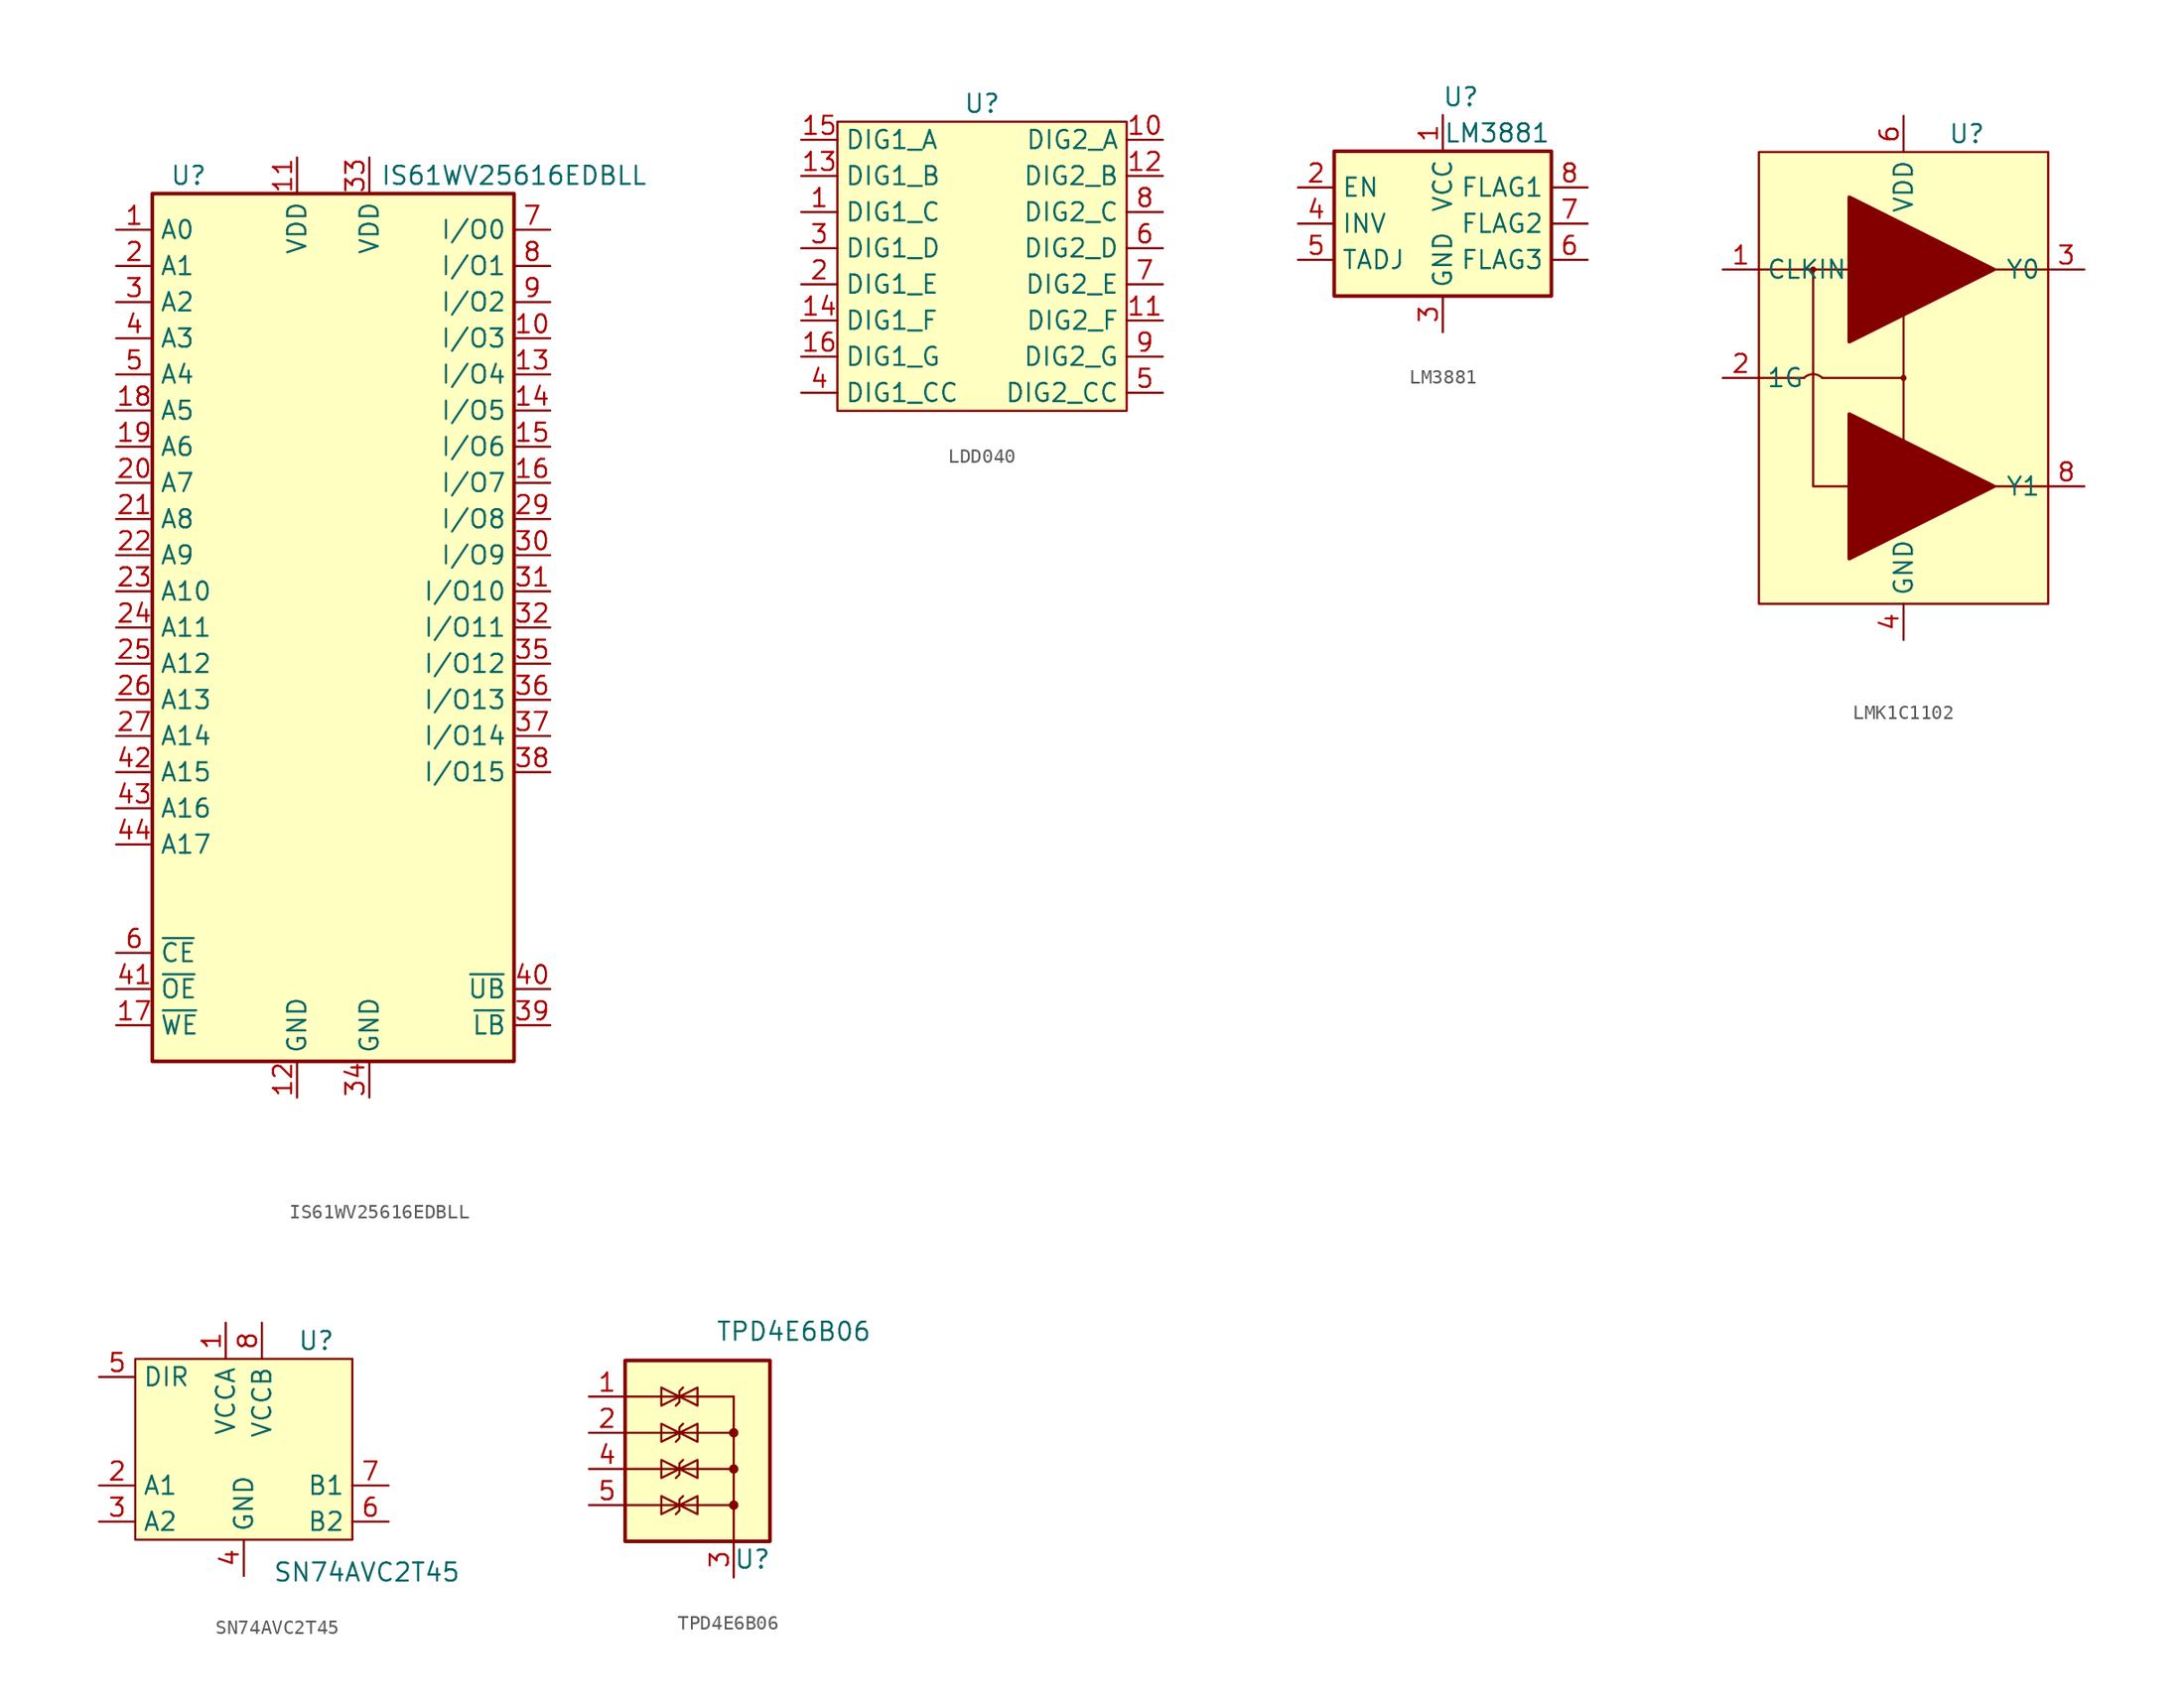
<source format=kicad_sym>
(kicad_symbol_lib
  (version 20231120)
  (generator "kicad_symbol_editor")
  (generator_version "8.0")
  (symbol "IS61WV25616EDBLL"
    (property "Reference" "U"
      (at -10.16 31.75 0)
      (effects (font (size 1.27 1.27))))
    (property "Value" "IS61WV25616EDBLL"
      (at 12.7 31.75 0)
      (effects (font (size 1.27 1.27))))
    (symbol "IS61WV25616EDBLL_0_1"
      (rectangle (start -12.7 30.48) (end 12.7 -30.48) (stroke (width 0.254) (type default)) (fill (type background))))
    (symbol "IS61WV25616EDBLL_1_1"
      (pin input line (at -15.24 27.94 0) (length 2.54) (name "A0" (effects (font (size 1.27 1.27)))) (number "1" (effects (font (size 1.27 1.27)))))
      (pin bidirectional line (at 15.24 20.32 180) (length 2.54) (name "I/O3" (effects (font (size 1.27 1.27)))) (number "10" (effects (font (size 1.27 1.27)))))
      (pin power_in line (at -2.54 33.02 270) (length 2.54) (name "VDD" (effects (font (size 1.27 1.27)))) (number "11" (effects (font (size 1.27 1.27)))))
      (pin power_in line (at -2.54 -33.02 90) (length 2.54) (name "GND" (effects (font (size 1.27 1.27)))) (number "12" (effects (font (size 1.27 1.27)))))
      (pin bidirectional line (at 15.24 17.78 180) (length 2.54) (name "I/O4" (effects (font (size 1.27 1.27)))) (number "13" (effects (font (size 1.27 1.27)))))
      (pin bidirectional line (at 15.24 15.24 180) (length 2.54) (name "I/O5" (effects (font (size 1.27 1.27)))) (number "14" (effects (font (size 1.27 1.27)))))
      (pin bidirectional line (at 15.24 12.7 180) (length 2.54) (name "I/O6" (effects (font (size 1.27 1.27)))) (number "15" (effects (font (size 1.27 1.27)))))
      (pin bidirectional line (at 15.24 10.16 180) (length 2.54) (name "I/O7" (effects (font (size 1.27 1.27)))) (number "16" (effects (font (size 1.27 1.27)))))
      (pin input line (at -15.24 -27.94 0) (length 2.54) (name "~{WE}" (effects (font (size 1.27 1.27)))) (number "17" (effects (font (size 1.27 1.27)))))
      (pin input line (at -15.24 15.24 0) (length 2.54) (name "A5" (effects (font (size 1.27 1.27)))) (number "18" (effects (font (size 1.27 1.27)))))
      (pin input line (at -15.24 12.7 0) (length 2.54) (name "A6" (effects (font (size 1.27 1.27)))) (number "19" (effects (font (size 1.27 1.27)))))
      (pin input line (at -15.24 25.4 0) (length 2.54) (name "A1" (effects (font (size 1.27 1.27)))) (number "2" (effects (font (size 1.27 1.27)))))
      (pin input line (at -15.24 10.16 0) (length 2.54) (name "A7" (effects (font (size 1.27 1.27)))) (number "20" (effects (font (size 1.27 1.27)))))
      (pin input line (at -15.24 7.62 0) (length 2.54) (name "A8" (effects (font (size 1.27 1.27)))) (number "21" (effects (font (size 1.27 1.27)))))
      (pin input line (at -15.24 5.08 0) (length 2.54) (name "A9" (effects (font (size 1.27 1.27)))) (number "22" (effects (font (size 1.27 1.27)))))
      (pin input line (at -15.24 2.54 0) (length 2.54) (name "A10" (effects (font (size 1.27 1.27)))) (number "23" (effects (font (size 1.27 1.27)))))
      (pin input line (at -15.24 0 0) (length 2.54) (name "A11" (effects (font (size 1.27 1.27)))) (number "24" (effects (font (size 1.27 1.27)))))
      (pin input line (at -15.24 -2.54 0) (length 2.54) (name "A12" (effects (font (size 1.27 1.27)))) (number "25" (effects (font (size 1.27 1.27)))))
      (pin input line (at -15.24 -5.08 0) (length 2.54) (name "A13" (effects (font (size 1.27 1.27)))) (number "26" (effects (font (size 1.27 1.27)))))
      (pin input line (at -15.24 -7.62 0) (length 2.54) (name "A14" (effects (font (size 1.27 1.27)))) (number "27" (effects (font (size 1.27 1.27)))))
      (pin no_connect line (at 12.7 -15.24 180) (length 2.54) hide (name "NC" (effects (font (size 1.27 1.27)))) (number "28" (effects (font (size 1.27 1.27)))))
      (pin bidirectional line (at 15.24 7.62 180) (length 2.54) (name "I/O8" (effects (font (size 1.27 1.27)))) (number "29" (effects (font (size 1.27 1.27)))))
      (pin input line (at -15.24 22.86 0) (length 2.54) (name "A2" (effects (font (size 1.27 1.27)))) (number "3" (effects (font (size 1.27 1.27)))))
      (pin bidirectional line (at 15.24 5.08 180) (length 2.54) (name "I/O9" (effects (font (size 1.27 1.27)))) (number "30" (effects (font (size 1.27 1.27)))))
      (pin bidirectional line (at 15.24 2.54 180) (length 2.54) (name "I/O10" (effects (font (size 1.27 1.27)))) (number "31" (effects (font (size 1.27 1.27)))))
      (pin bidirectional line (at 15.24 0 180) (length 2.54) (name "I/O11" (effects (font (size 1.27 1.27)))) (number "32" (effects (font (size 1.27 1.27)))))
      (pin power_in line (at 2.54 33.02 270) (length 2.54) (name "VDD" (effects (font (size 1.27 1.27)))) (number "33" (effects (font (size 1.27 1.27)))))
      (pin power_in line (at 2.54 -33.02 90) (length 2.54) (name "GND" (effects (font (size 1.27 1.27)))) (number "34" (effects (font (size 1.27 1.27)))))
      (pin bidirectional line (at 15.24 -2.54 180) (length 2.54) (name "I/O12" (effects (font (size 1.27 1.27)))) (number "35" (effects (font (size 1.27 1.27)))))
      (pin bidirectional line (at 15.24 -5.08 180) (length 2.54) (name "I/O13" (effects (font (size 1.27 1.27)))) (number "36" (effects (font (size 1.27 1.27)))))
      (pin bidirectional line (at 15.24 -7.62 180) (length 2.54) (name "I/O14" (effects (font (size 1.27 1.27)))) (number "37" (effects (font (size 1.27 1.27)))))
      (pin bidirectional line (at 15.24 -10.16 180) (length 2.54) (name "I/O15" (effects (font (size 1.27 1.27)))) (number "38" (effects (font (size 1.27 1.27)))))
      (pin input line (at 15.24 -27.94 180) (length 2.54) (name "~{LB}" (effects (font (size 1.27 1.27)))) (number "39" (effects (font (size 1.27 1.27)))))
      (pin input line (at -15.24 20.32 0) (length 2.54) (name "A3" (effects (font (size 1.27 1.27)))) (number "4" (effects (font (size 1.27 1.27)))))
      (pin input line (at 15.24 -25.4 180) (length 2.54) (name "~{UB}" (effects (font (size 1.27 1.27)))) (number "40" (effects (font (size 1.27 1.27)))))
      (pin input line (at -15.24 -25.4 0) (length 2.54) (name "~{OE}" (effects (font (size 1.27 1.27)))) (number "41" (effects (font (size 1.27 1.27)))))
      (pin input line (at -15.24 -10.16 0) (length 2.54) (name "A15" (effects (font (size 1.27 1.27)))) (number "42" (effects (font (size 1.27 1.27)))))
      (pin input line (at -15.24 -12.7 0) (length 2.54) (name "A16" (effects (font (size 1.27 1.27)))) (number "43" (effects (font (size 1.27 1.27)))))
      (pin input line (at -15.24 -15.24 0) (length 2.54) (name "A17" (effects (font (size 1.27 1.27)))) (number "44" (effects (font (size 1.27 1.27)))))
      (pin input line (at -15.24 17.78 0) (length 2.54) (name "A4" (effects (font (size 1.27 1.27)))) (number "5" (effects (font (size 1.27 1.27)))))
      (pin input line (at -15.24 -22.86 0) (length 2.54) (name "~{CE}" (effects (font (size 1.27 1.27)))) (number "6" (effects (font (size 1.27 1.27)))))
      (pin bidirectional line (at 15.24 27.94 180) (length 2.54) (name "I/O0" (effects (font (size 1.27 1.27)))) (number "7" (effects (font (size 1.27 1.27)))))
      (pin bidirectional line (at 15.24 25.4 180) (length 2.54) (name "I/O1" (effects (font (size 1.27 1.27)))) (number "8" (effects (font (size 1.27 1.27)))))
      (pin bidirectional line (at 15.24 22.86 180) (length 2.54) (name "I/O2" (effects (font (size 1.27 1.27)))) (number "9" (effects (font (size 1.27 1.27)))))))
  (symbol "LDD040"
    (property "Reference" "U"
      (at 0 10.16 0)
      (effects (font (size 1.27 1.27))))
    (property "Value" ""
      (at -6.35 10.16 0)
      (effects (font (size 1.27 1.27))))
    (symbol "LDD040_1_1"
      (rectangle (start -10.16 8.89) (end 10.16 -11.43) (stroke (width 0) (type default)) (fill (type background)))
      (pin input line (at -12.7 2.54 0) (length 2.54) (name "DIG1_C" (effects (font (size 1.27 1.27)))) (number "1" (effects (font (size 1.27 1.27)))))
      (pin input line (at 12.7 7.62 180) (length 2.54) (name "DIG2_A" (effects (font (size 1.27 1.27)))) (number "10" (effects (font (size 1.27 1.27)))))
      (pin input line (at 12.7 -5.08 180) (length 2.54) (name "DIG2_F" (effects (font (size 1.27 1.27)))) (number "11" (effects (font (size 1.27 1.27)))))
      (pin input line (at 12.7 5.08 180) (length 2.54) (name "DIG2_B" (effects (font (size 1.27 1.27)))) (number "12" (effects (font (size 1.27 1.27)))))
      (pin input line (at -12.7 5.08 0) (length 2.54) (name "DIG1_B" (effects (font (size 1.27 1.27)))) (number "13" (effects (font (size 1.27 1.27)))))
      (pin input line (at -12.7 -5.08 0) (length 2.54) (name "DIG1_F" (effects (font (size 1.27 1.27)))) (number "14" (effects (font (size 1.27 1.27)))))
      (pin input line (at -12.7 7.62 0) (length 2.54) (name "DIG1_A" (effects (font (size 1.27 1.27)))) (number "15" (effects (font (size 1.27 1.27)))))
      (pin input line (at -12.7 -7.62 0) (length 2.54) (name "DIG1_G" (effects (font (size 1.27 1.27)))) (number "16" (effects (font (size 1.27 1.27)))))
      (pin input line (at -12.7 -2.54 0) (length 2.54) (name "DIG1_E" (effects (font (size 1.27 1.27)))) (number "2" (effects (font (size 1.27 1.27)))))
      (pin input line (at -12.7 0 0) (length 2.54) (name "DIG1_D" (effects (font (size 1.27 1.27)))) (number "3" (effects (font (size 1.27 1.27)))))
      (pin input line (at -12.7 -10.16 0) (length 2.54) (name "DIG1_CC" (effects (font (size 1.27 1.27)))) (number "4" (effects (font (size 1.27 1.27)))))
      (pin input line (at 12.7 -10.16 180) (length 2.54) (name "DIG2_CC" (effects (font (size 1.27 1.27)))) (number "5" (effects (font (size 1.27 1.27)))))
      (pin input line (at 12.7 0 180) (length 2.54) (name "DIG2_D" (effects (font (size 1.27 1.27)))) (number "6" (effects (font (size 1.27 1.27)))))
      (pin input line (at 12.7 -2.54 180) (length 2.54) (name "DIG2_E" (effects (font (size 1.27 1.27)))) (number "7" (effects (font (size 1.27 1.27)))))
      (pin input line (at 12.7 2.54 180) (length 2.54) (name "DIG2_C" (effects (font (size 1.27 1.27)))) (number "8" (effects (font (size 1.27 1.27)))))
      (pin input line (at 12.7 -7.62 180) (length 2.54) (name "DIG2_G" (effects (font (size 1.27 1.27)))) (number "9" (effects (font (size 1.27 1.27)))))))
  (symbol "LM3881"
    (property "Reference" "U"
      (at 1.27 8.89 0)
      (effects (font (size 1.27 1.27))))
    (property "Value" "LM3881"
      (at 3.81 6.35 0)
      (effects (font (size 1.27 1.27))))
    (symbol "LM3881_0_1"
      (rectangle (start -7.62 5.08) (end 7.62 -5.08) (stroke (width 0.254) (type default)) (fill (type background))))
    (symbol "LM3881_1_1"
      (pin power_in line (at 0 7.62 270) (length 2.54) (name "VCC" (effects (font (size 1.27 1.27)))) (number "1" (effects (font (size 1.27 1.27)))))
      (pin input line (at -10.16 2.54 0) (length 2.54) (name "EN" (effects (font (size 1.27 1.27)))) (number "2" (effects (font (size 1.27 1.27)))))
      (pin power_in line (at 0 -7.62 90) (length 2.54) (name "GND" (effects (font (size 1.27 1.27)))) (number "3" (effects (font (size 1.27 1.27)))))
      (pin input line (at -10.16 0 0) (length 2.54) (name "INV" (effects (font (size 1.27 1.27)))) (number "4" (effects (font (size 1.27 1.27)))))
      (pin output line (at -10.16 -2.54 0) (length 2.54) (name "TADJ" (effects (font (size 1.27 1.27)))) (number "5" (effects (font (size 1.27 1.27)))))
      (pin open_collector line (at 10.16 -2.54 180) (length 2.54) (name "FLAG3" (effects (font (size 1.27 1.27)))) (number "6" (effects (font (size 1.27 1.27)))))
      (pin open_collector line (at 10.16 0 180) (length 2.54) (name "FLAG2" (effects (font (size 1.27 1.27)))) (number "7" (effects (font (size 1.27 1.27)))))
      (pin open_collector line (at 10.16 2.54 180) (length 2.54) (name "FLAG1" (effects (font (size 1.27 1.27)))) (number "8" (effects (font (size 1.27 1.27)))))))
  (symbol "LMK1C1102"
    (property "Reference" "U"
      (at 4.445 9.525 0)
      (effects (font (size 1.27 1.27))))
    (property "Value" ""
      (at -6.35 0 0)
      (effects (font (size 1.27 1.27))))
    (symbol "LMK1C1102_0_1"
      (polyline (pts (xy -3.81 0) (xy -10.16 0)) (stroke (width 0) (type default)) (fill (type none)))
      (polyline (pts (xy 10.16 -15.24) (xy 6.35 -15.24)) (stroke (width 0) (type default)) (fill (type none)))
      (polyline (pts (xy 10.16 0) (xy 6.35 0)) (stroke (width 0) (type default)) (fill (type none)))
      (polyline (pts (xy -6.35 0) (xy -6.35 -15.24) (xy -3.81 -15.24)) (stroke (width 0) (type default)) (fill (type none))))
    (symbol "LMK1C1102_1_1"
      (rectangle (start -10.16 8.255) (end 10.16 -23.495) (stroke (width 0) (type default)) (fill (type background)))
      (circle (center -6.35 0) (radius 0.137) (stroke (width 0) (type default)) (fill (type outline)))
      (arc (start -5.715 -7.6151) (mid -6.35 -7.3535) (end -6.985 -7.6151) (stroke (width 0) (type default)) (fill (type none)))
      (circle (center 0 -7.62) (radius 0.137) (stroke (width 0) (type default)) (fill (type outline)))
      (polyline (pts (xy -6.985 -7.62) (xy -10.16 -7.62)) (stroke (width 0) (type default)) (fill (type none)))
      (polyline (pts (xy 0 -12.065) (xy 0 -7.62)) (stroke (width 0) (type default)) (fill (type none)))
      (polyline (pts (xy 0 -3.175) (xy 0 -7.62) (xy -5.715 -7.62)) (stroke (width 0) (type default)) (fill (type none)))
      (polyline (pts (xy 6.35 -15.24) (xy -3.81 -10.16) (xy -3.81 -20.32) (xy 6.35 -15.24)) (stroke (width 0.254) (type default)) (fill (type outline)))
      (polyline (pts (xy 6.35 0) (xy -3.81 5.08) (xy -3.81 -5.08) (xy 6.35 0)) (stroke (width 0.254) (type default)) (fill (type outline)))
      (pin input line (at -12.7 0 0) (length 2.54) (name "CLKIN" (effects (font (size 1.27 1.27)))) (number "1" (effects (font (size 1.27 1.27)))))
      (pin input line (at -12.7 -7.62 0) (length 2.54) (name "1G" (effects (font (size 1.27 1.27)))) (number "2" (effects (font (size 1.27 1.27)))))
      (pin output line (at 12.7 0 180) (length 2.54) (name "Y0" (effects (font (size 1.27 1.27)))) (number "3" (effects (font (size 1.27 1.27)))))
      (pin power_in line (at 0 -26.035 90) (length 2.54) (name "GND" (effects (font (size 1.27 1.27)))) (number "4" (effects (font (size 1.27 1.27)))))
      (pin no_connect line (at -12.7 -11.43 0) (length 2.54) hide (name "NC" (effects (font (size 1.27 1.27)))) (number "5" (effects (font (size 1.27 1.27)))))
      (pin power_in line (at 0 10.795 270) (length 2.54) (name "VDD" (effects (font (size 1.27 1.27)))) (number "6" (effects (font (size 1.27 1.27)))))
      (pin no_connect line (at -12.7 -13.97 0) (length 2.54) hide (name "NC" (effects (font (size 1.27 1.27)))) (number "7" (effects (font (size 1.27 1.27)))))
      (pin output line (at 12.7 -15.24 180) (length 2.54) (name "Y1" (effects (font (size 1.27 1.27)))) (number "8" (effects (font (size 1.27 1.27)))))))
  (symbol "SN74AVC2T45"
    (property "Reference" "U"
      (at 5.08 7.62 0)
      (effects (font (size 1.27 1.27))))
    (property "Value" "SN74AVC2T45"
      (at 8.636 -8.636 0)
      (effects (font (size 1.27 1.27))))
    (symbol "SN74AVC2T45_1_1"
      (rectangle (start -7.62 6.35) (end 7.62 -6.35) (stroke (width 0) (type default)) (fill (type background)))
      (pin power_in line (at -1.27 8.89 270) (length 2.54) (name "VCCA" (effects (font (size 1.27 1.27)))) (number "1" (effects (font (size 1.27 1.27)))))
      (pin bidirectional line (at -10.16 -2.54 0) (length 2.54) (name "A1" (effects (font (size 1.27 1.27)))) (number "2" (effects (font (size 1.27 1.27)))))
      (pin bidirectional line (at -10.16 -5.08 0) (length 2.54) (name "A2" (effects (font (size 1.27 1.27)))) (number "3" (effects (font (size 1.27 1.27)))))
      (pin power_in line (at 0 -8.89 90) (length 2.54) (name "GND" (effects (font (size 1.27 1.27)))) (number "4" (effects (font (size 1.27 1.27)))))
      (pin input line (at -10.16 5.08 0) (length 2.54) (name "DIR" (effects (font (size 1.27 1.27)))) (number "5" (effects (font (size 1.27 1.27)))))
      (pin bidirectional line (at 10.16 -5.08 180) (length 2.54) (name "B2" (effects (font (size 1.27 1.27)))) (number "6" (effects (font (size 1.27 1.27)))))
      (pin bidirectional line (at 10.16 -2.54 180) (length 2.54) (name "B1" (effects (font (size 1.27 1.27)))) (number "7" (effects (font (size 1.27 1.27)))))
      (pin power_in line (at 1.27 8.89 270) (length 2.54) (name "VCCB" (effects (font (size 1.27 1.27)))) (number "8" (effects (font (size 1.27 1.27)))))))
  (symbol "TPD4E6B06"
    (pin_names hide)
    (property "Reference" "U"
      (at 2.54 -6.35 0)
      (effects (font (size 1.27 1.27)) (justify left)))
    (property "Value" "TPD4E6B06"
      (at 1.27 9.652 0)
      (effects (font (size 1.27 1.27)) (justify left)))
    (symbol "TPD4E6B06_0_0"
      (pin passive line (at 2.54 -7.62 90) (length 2.54) (name "G" (effects (font (size 1.27 1.27)))) (number "3" (effects (font (size 1.27 1.27))))))
    (symbol "TPD4E6B06_0_1"
      (rectangle (start -5.08 7.62) (end 5.08 -5.08) (stroke (width 0.254) (type default)) (fill (type background)))
      (polyline (pts (xy -5.08 -2.54) (xy 2.54 -2.54)) (stroke (width 0) (type default)) (fill (type none)))
      (polyline (pts (xy -5.08 0) (xy 2.54 0)) (stroke (width 0) (type default)) (fill (type none)))
      (polyline (pts (xy -5.08 2.54) (xy 2.54 2.54)) (stroke (width 0) (type default)) (fill (type none)))
      (polyline (pts (xy -5.08 5.08) (xy 2.54 5.08)) (stroke (width 0) (type default)) (fill (type none)))
      (polyline (pts (xy 2.54 5.08) (xy 2.54 -5.08)) (stroke (width 0.152) (type default)) (fill (type none)))
      (polyline (pts (xy -1.27 -2.54) (xy 0 -3.175) (xy 0 -1.905) (xy -1.27 -2.54)) (stroke (width 0) (type default)) (fill (type none)))
      (polyline (pts (xy -1.27 0) (xy 0 -0.635) (xy 0 0.635) (xy -1.27 0)) (stroke (width 0) (type default)) (fill (type none)))
      (polyline (pts (xy -1.27 2.54) (xy 0 1.905) (xy 0 3.175) (xy -1.27 2.54)) (stroke (width 0) (type default)) (fill (type none)))
      (polyline (pts (xy -1.27 5.08) (xy 0 4.445) (xy 0 5.715) (xy -1.27 5.08)) (stroke (width 0) (type default)) (fill (type none)))
      (circle (center 2.54 -2.54) (radius 0.254) (stroke (width 0) (type default)) (fill (type outline)))
      (circle (center 2.54 0) (radius 0.254) (stroke (width 0) (type default)) (fill (type outline)))
      (circle (center 2.54 2.54) (radius 0.254) (stroke (width 0) (type default)) (fill (type outline))))
    (symbol "TPD4E6B06_1_1"
      (polyline (pts (xy -1.524 -3.175) (xy -1.27 -2.921) (xy -1.27 -2.159) (xy -1.016 -1.905)) (stroke (width 0) (type default)) (fill (type none)))
      (polyline (pts (xy -1.524 -0.635) (xy -1.27 -0.381) (xy -1.27 0.381) (xy -1.016 0.635)) (stroke (width 0) (type default)) (fill (type none)))
      (polyline (pts (xy -1.524 1.905) (xy -1.27 2.159) (xy -1.27 2.921) (xy -1.016 3.175)) (stroke (width 0) (type default)) (fill (type none)))
      (polyline (pts (xy -1.524 4.445) (xy -1.27 4.699) (xy -1.27 5.461) (xy -1.016 5.715)) (stroke (width 0) (type default)) (fill (type none)))
      (polyline (pts (xy -1.27 -2.54) (xy -2.54 -3.175) (xy -2.54 -1.905) (xy -1.27 -2.54)) (stroke (width 0) (type default)) (fill (type none)))
      (polyline (pts (xy -1.27 0) (xy -2.54 -0.635) (xy -2.54 0.635) (xy -1.27 0)) (stroke (width 0) (type default)) (fill (type none)))
      (polyline (pts (xy -1.27 2.54) (xy -2.54 1.905) (xy -2.54 3.175) (xy -1.27 2.54)) (stroke (width 0) (type default)) (fill (type none)))
      (polyline (pts (xy -1.27 5.08) (xy -2.54 4.445) (xy -2.54 5.715) (xy -1.27 5.08)) (stroke (width 0) (type default)) (fill (type none)))
      (pin passive line (at -7.62 5.08 0) (length 2.54) (name "IO1" (effects (font (size 1.27 1.27)))) (number "1" (effects (font (size 1.27 1.27)))))
      (pin passive line (at -7.62 2.54 0) (length 2.54) (name "IO2" (effects (font (size 1.27 1.27)))) (number "2" (effects (font (size 1.27 1.27)))))
      (pin passive line (at -7.62 0 0) (length 2.54) (name "IO3" (effects (font (size 1.27 1.27)))) (number "4" (effects (font (size 1.27 1.27)))))
      (pin passive line (at -7.62 -2.54 0) (length 2.54) (name "IO4" (effects (font (size 1.27 1.27)))) (number "5" (effects (font (size 1.27 1.27))))))))
</source>
